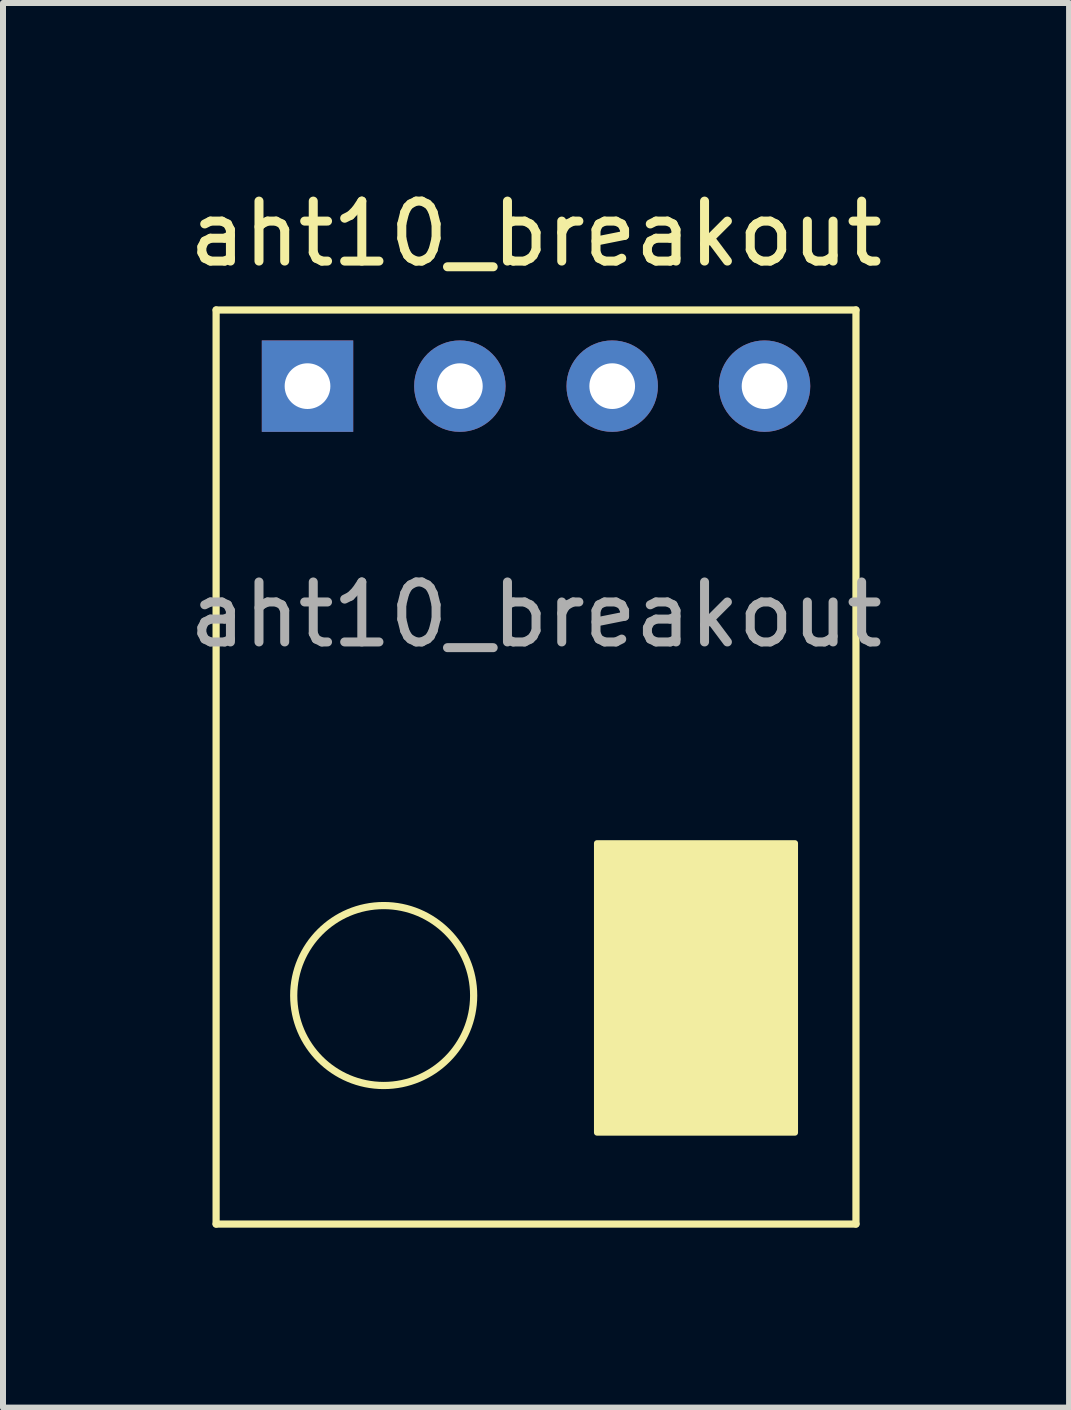
<source format=kicad_pcb>
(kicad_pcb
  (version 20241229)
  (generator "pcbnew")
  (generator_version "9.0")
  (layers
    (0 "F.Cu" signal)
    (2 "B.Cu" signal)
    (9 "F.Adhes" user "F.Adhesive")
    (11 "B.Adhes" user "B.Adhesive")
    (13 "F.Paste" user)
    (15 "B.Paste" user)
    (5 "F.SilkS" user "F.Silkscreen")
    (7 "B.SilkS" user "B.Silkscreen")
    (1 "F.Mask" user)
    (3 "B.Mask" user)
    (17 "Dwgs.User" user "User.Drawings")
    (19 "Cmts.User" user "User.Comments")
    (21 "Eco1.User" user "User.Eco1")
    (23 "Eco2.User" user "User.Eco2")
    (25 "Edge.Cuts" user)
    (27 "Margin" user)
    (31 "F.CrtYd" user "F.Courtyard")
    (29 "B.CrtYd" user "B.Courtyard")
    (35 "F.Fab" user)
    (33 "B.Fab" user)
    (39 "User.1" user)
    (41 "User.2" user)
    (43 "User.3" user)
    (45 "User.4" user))
  (footprint "aht10_breakout"
    (layer "F.Cu")
    (at 2.077 3.388)
    (property "Reference" "aht10_breakout" (at 3.81 -2.54 0) (layer "F.SilkS") (effects (font (size 1 1) (thickness 0.15))))
    (attr through_hole)
    (fp_line (start -1.524 -1.27) (end 9.144 -1.27) (stroke (width 0.12) (type solid)) (layer "F.SilkS"))
    (fp_line (start -1.524 13.97) (end -1.524 -1.27) (stroke (width 0.12) (type solid)) (layer "F.SilkS"))
    (fp_line (start 9.144 -1.27) (end 9.144 13.97) (stroke (width 0.12) (type solid)) (layer "F.SilkS"))
    (fp_line (start 9.144 13.97) (end -1.524 13.97) (stroke (width 0.12) (type solid)) (layer "F.SilkS"))
    (fp_circle (center 1.27 10.16) (end 2.77 10.16) (stroke (width 0.12) (type solid)) (fill no) (layer "F.SilkS"))
    (fp_poly (pts (xy 8.128 7.62) (xy 8.128 12.446) (xy 4.826 12.446) (xy 4.826 7.62)) (stroke (width 0.1) (type solid)) (fill yes) (layer "F.SilkS"))
    (fp_text user "${REFERENCE}" (at 3.81 3.81 0) (layer "F.Fab") (effects (font (size 1 1) (thickness 0.15))))
    (pad "1" thru_hole rect (at 0 0) (size 1.524 1.524) (drill 0.762) (layers "*.Cu" "*.Mask"))
    (pad "2" thru_hole circle (at 2.54 0) (size 1.524 1.524) (drill 0.762) (layers "*.Cu" "*.Mask"))
    (pad "3" thru_hole circle (at 5.08 0) (size 1.524 1.524) (drill 0.762) (layers "*.Cu" "*.Mask"))
    (pad "4" thru_hole circle (at 7.62 0) (size 1.524 1.524) (drill 0.762) (layers "*.Cu" "*.Mask")))
  (gr_rect
    (start -3 -3)
    (end 14.774 20.418)
    (stroke (width 0.1) (type default))
    (fill no)
    (layer "Edge.Cuts")))
</source>
